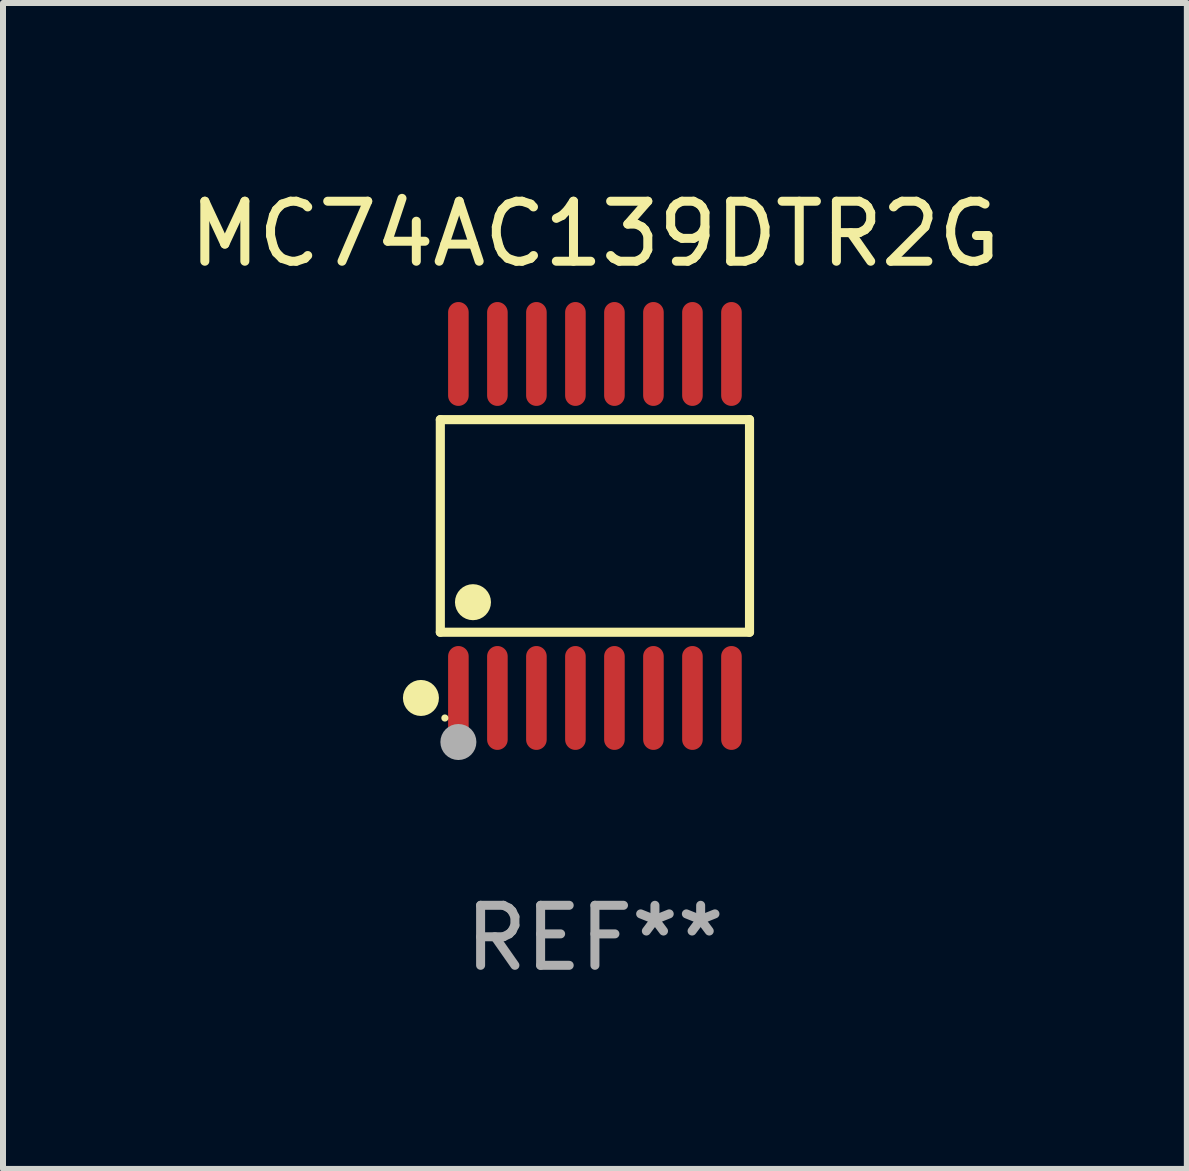
<source format=kicad_pcb>
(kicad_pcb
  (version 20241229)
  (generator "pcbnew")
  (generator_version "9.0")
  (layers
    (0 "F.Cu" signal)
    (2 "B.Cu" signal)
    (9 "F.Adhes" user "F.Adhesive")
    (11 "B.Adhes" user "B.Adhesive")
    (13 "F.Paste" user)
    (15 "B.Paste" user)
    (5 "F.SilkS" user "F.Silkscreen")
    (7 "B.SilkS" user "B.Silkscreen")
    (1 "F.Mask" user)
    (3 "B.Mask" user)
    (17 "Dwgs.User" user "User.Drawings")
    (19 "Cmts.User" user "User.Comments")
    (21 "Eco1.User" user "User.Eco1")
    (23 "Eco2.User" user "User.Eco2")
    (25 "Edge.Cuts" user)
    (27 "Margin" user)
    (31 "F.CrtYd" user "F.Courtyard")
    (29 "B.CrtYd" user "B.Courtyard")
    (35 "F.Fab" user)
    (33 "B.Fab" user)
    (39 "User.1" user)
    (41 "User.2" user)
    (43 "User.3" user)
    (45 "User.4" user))
  (footprint "MC74AC139DTR2G"
    (layer "F.Cu")
    (at 6.863 5.714)
    (property "Reference" "MC74AC139DTR2G" (at 0 -4.866 0) (layer "F.SilkS") (effects (font (size 1 1) (thickness 0.15))))
    (attr through_hole)
    (fp_line (start -2.576 -1.772) (end 2.576 -1.772) (stroke (width 0.152) (type solid)) (layer "F.SilkS"))
    (fp_line (start -2.576 1.771) (end -2.576 -1.772) (stroke (width 0.152) (type solid)) (layer "F.SilkS"))
    (fp_line (start 2.576 -1.772) (end 2.576 1.771) (stroke (width 0.152) (type solid)) (layer "F.SilkS"))
    (fp_line (start 2.576 1.771) (end -2.576 1.771) (stroke (width 0.152) (type solid)) (layer "F.SilkS"))
    (fp_circle (center -2.899 2.866) (end -2.749 2.866) (stroke (width 0.3) (type solid)) (fill no) (layer "F.SilkS"))
    (fp_circle (center -2.5 3.2) (end -2.47 3.2) (stroke (width 0.06) (type solid)) (fill no) (layer "F.SilkS"))
    (fp_circle (center -2.032 1.27) (end -1.882 1.27) (stroke (width 0.3) (type solid)) (fill no) (layer "F.SilkS"))
    (fp_circle (center -2.275 3.6) (end -2.125 3.6) (stroke (width 0.3) (type solid)) (fill no) (layer "F.Fab"))
    (fp_text user "REF**" (at 0 6.866 0) (layer "F.Fab") (effects (font (size 1 1) (thickness 0.15))))
    (pad "1" smd oval (at -2.275 2.866) (size 0.343 1.731) (layers "F.Cu" "F.Mask" "F.Paste"))
    (pad "2" smd oval (at -1.625 2.866) (size 0.343 1.731) (layers "F.Cu" "F.Mask" "F.Paste"))
    (pad "3" smd oval (at -0.975 2.866) (size 0.343 1.731) (layers "F.Cu" "F.Mask" "F.Paste"))
    (pad "4" smd oval (at -0.325 2.866) (size 0.343 1.731) (layers "F.Cu" "F.Mask" "F.Paste"))
    (pad "5" smd oval (at 0.325 2.866) (size 0.343 1.731) (layers "F.Cu" "F.Mask" "F.Paste"))
    (pad "6" smd oval (at 0.975 2.866) (size 0.343 1.731) (layers "F.Cu" "F.Mask" "F.Paste"))
    (pad "7" smd oval (at 1.625 2.866) (size 0.343 1.731) (layers "F.Cu" "F.Mask" "F.Paste"))
    (pad "8" smd oval (at 2.275 2.866) (size 0.343 1.731) (layers "F.Cu" "F.Mask" "F.Paste"))
    (pad "9" smd oval (at 2.275 -2.866) (size 0.343 1.731) (layers "F.Cu" "F.Mask" "F.Paste"))
    (pad "10" smd oval (at 1.625 -2.866) (size 0.343 1.731) (layers "F.Cu" "F.Mask" "F.Paste"))
    (pad "11" smd oval (at 0.975 -2.866) (size 0.343 1.731) (layers "F.Cu" "F.Mask" "F.Paste"))
    (pad "12" smd oval (at 0.325 -2.866) (size 0.343 1.731) (layers "F.Cu" "F.Mask" "F.Paste"))
    (pad "13" smd oval (at -0.325 -2.866) (size 0.343 1.731) (layers "F.Cu" "F.Mask" "F.Paste"))
    (pad "14" smd oval (at -0.975 -2.866) (size 0.343 1.731) (layers "F.Cu" "F.Mask" "F.Paste"))
    (pad "15" smd oval (at -1.625 -2.866) (size 0.343 1.731) (layers "F.Cu" "F.Mask" "F.Paste"))
    (pad "16" smd oval (at -2.275 -2.866) (size 0.343 1.731) (layers "F.Cu" "F.Mask" "F.Paste")))
  (gr_rect
    (start -3 -3)
    (end 16.726 16.428)
    (stroke (width 0.1) (type default))
    (fill no)
    (layer "Edge.Cuts")))
</source>
